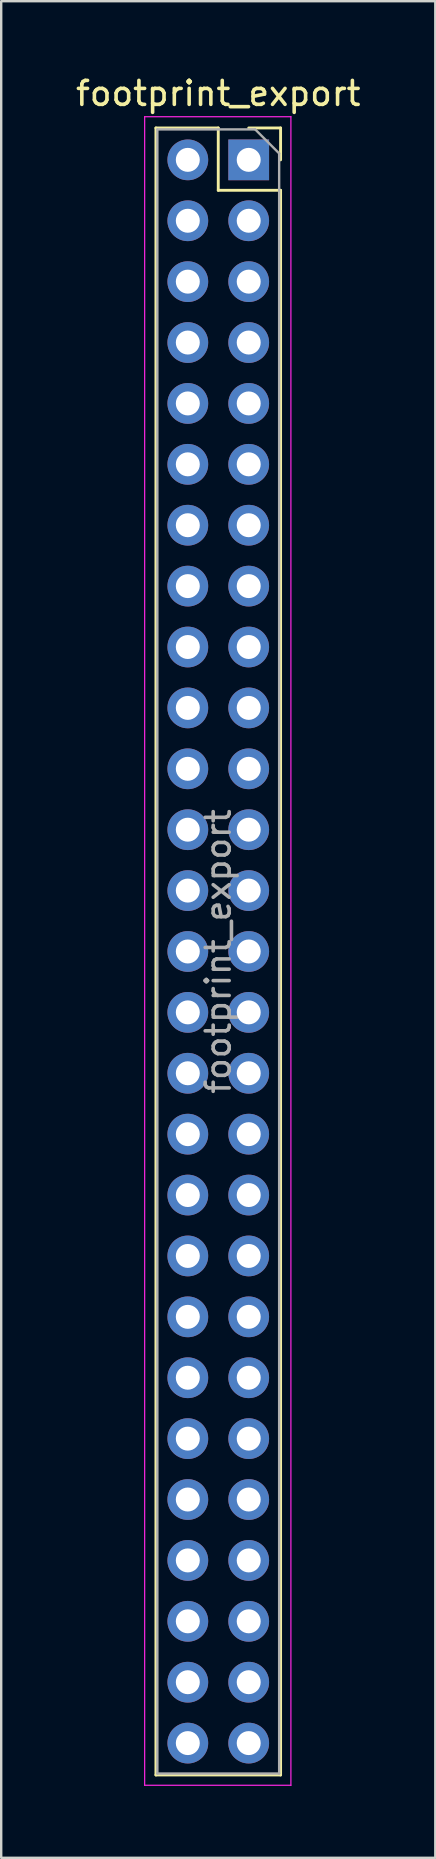
<source format=kicad_pcb>
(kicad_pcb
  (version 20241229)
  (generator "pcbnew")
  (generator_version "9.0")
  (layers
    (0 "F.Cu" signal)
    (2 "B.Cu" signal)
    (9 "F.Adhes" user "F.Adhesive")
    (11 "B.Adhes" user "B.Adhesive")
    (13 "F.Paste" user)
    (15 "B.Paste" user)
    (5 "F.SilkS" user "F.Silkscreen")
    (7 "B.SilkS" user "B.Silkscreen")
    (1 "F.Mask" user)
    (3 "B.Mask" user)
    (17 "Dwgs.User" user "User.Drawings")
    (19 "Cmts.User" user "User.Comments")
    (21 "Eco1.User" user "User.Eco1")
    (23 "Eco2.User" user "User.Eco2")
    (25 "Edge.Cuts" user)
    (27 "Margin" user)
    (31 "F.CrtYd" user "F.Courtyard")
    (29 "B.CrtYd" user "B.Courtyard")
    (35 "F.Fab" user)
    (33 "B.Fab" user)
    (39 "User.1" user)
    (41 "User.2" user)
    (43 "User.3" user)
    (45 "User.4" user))
  (footprint "footprint_export"
    (layer "F.Cu")
    (at 7.324 3.618)
    (property "Reference" "footprint_export" (at -1.27 -2.77 0) (layer "F.SilkS") (effects (font (size 1 1) (thickness 0.15))))
    (attr through_hole)
    (fp_line (start -3.87 -1.33) (end -3.87 67.37) (stroke (width 0.12) (type solid)) (layer "F.SilkS"))
    (fp_line (start -3.87 -1.33) (end -1.27 -1.33) (stroke (width 0.12) (type solid)) (layer "F.SilkS"))
    (fp_line (start -3.87 67.37) (end 1.33 67.37) (stroke (width 0.12) (type solid)) (layer "F.SilkS"))
    (fp_line (start -1.27 -1.33) (end -1.27 1.27) (stroke (width 0.12) (type solid)) (layer "F.SilkS"))
    (fp_line (start -1.27 1.27) (end 1.33 1.27) (stroke (width 0.12) (type solid)) (layer "F.SilkS"))
    (fp_line (start 0 -1.33) (end 1.33 -1.33) (stroke (width 0.12) (type solid)) (layer "F.SilkS"))
    (fp_line (start 1.33 -1.33) (end 1.33 0) (stroke (width 0.12) (type solid)) (layer "F.SilkS"))
    (fp_line (start 1.33 1.27) (end 1.33 67.37) (stroke (width 0.12) (type solid)) (layer "F.SilkS"))
    (fp_line (start -4.34 -1.8) (end 1.76 -1.8) (stroke (width 0.05) (type solid)) (layer "F.CrtYd"))
    (fp_line (start -4.34 67.8) (end -4.34 -1.8) (stroke (width 0.05) (type solid)) (layer "F.CrtYd"))
    (fp_line (start 1.76 -1.8) (end 1.76 67.8) (stroke (width 0.05) (type solid)) (layer "F.CrtYd"))
    (fp_line (start 1.76 67.8) (end -4.34 67.8) (stroke (width 0.05) (type solid)) (layer "F.CrtYd"))
    (fp_line (start -3.81 -1.27) (end 0.27 -1.27) (stroke (width 0.1) (type solid)) (layer "F.Fab"))
    (fp_line (start -3.81 67.31) (end -3.81 -1.27) (stroke (width 0.1) (type solid)) (layer "F.Fab"))
    (fp_line (start 0.27 -1.27) (end 1.27 -0.27) (stroke (width 0.1) (type solid)) (layer "F.Fab"))
    (fp_line (start 1.27 -0.27) (end 1.27 67.31) (stroke (width 0.1) (type solid)) (layer "F.Fab"))
    (fp_line (start 1.27 67.31) (end -3.81 67.31) (stroke (width 0.1) (type solid)) (layer "F.Fab"))
    (fp_text user "${REFERENCE}" (at -1.27 33.02 90) (layer "F.Fab") (effects (font (size 1 1) (thickness 0.15))))
    (pad "1" thru_hole rect (at 0 0) (size 1.7 1.7) (drill 1) (layers "*.Cu" "*.Mask"))
    (pad "2" thru_hole oval (at -2.54 0) (size 1.7 1.7) (drill 1) (layers "*.Cu" "*.Mask"))
    (pad "3" thru_hole oval (at 0 2.54) (size 1.7 1.7) (drill 1) (layers "*.Cu" "*.Mask"))
    (pad "4" thru_hole oval (at -2.54 2.54) (size 1.7 1.7) (drill 1) (layers "*.Cu" "*.Mask"))
    (pad "5" thru_hole oval (at 0 5.08) (size 1.7 1.7) (drill 1) (layers "*.Cu" "*.Mask"))
    (pad "6" thru_hole oval (at -2.54 5.08) (size 1.7 1.7) (drill 1) (layers "*.Cu" "*.Mask"))
    (pad "7" thru_hole oval (at 0 7.62) (size 1.7 1.7) (drill 1) (layers "*.Cu" "*.Mask"))
    (pad "8" thru_hole oval (at -2.54 7.62) (size 1.7 1.7) (drill 1) (layers "*.Cu" "*.Mask"))
    (pad "9" thru_hole oval (at 0 10.16) (size 1.7 1.7) (drill 1) (layers "*.Cu" "*.Mask"))
    (pad "10" thru_hole oval (at -2.54 10.16) (size 1.7 1.7) (drill 1) (layers "*.Cu" "*.Mask"))
    (pad "11" thru_hole oval (at 0 12.7) (size 1.7 1.7) (drill 1) (layers "*.Cu" "*.Mask"))
    (pad "12" thru_hole oval (at -2.54 12.7) (size 1.7 1.7) (drill 1) (layers "*.Cu" "*.Mask"))
    (pad "13" thru_hole oval (at 0 15.24) (size 1.7 1.7) (drill 1) (layers "*.Cu" "*.Mask"))
    (pad "14" thru_hole oval (at -2.54 15.24) (size 1.7 1.7) (drill 1) (layers "*.Cu" "*.Mask"))
    (pad "15" thru_hole oval (at 0 17.78) (size 1.7 1.7) (drill 1) (layers "*.Cu" "*.Mask"))
    (pad "16" thru_hole oval (at -2.54 17.78) (size 1.7 1.7) (drill 1) (layers "*.Cu" "*.Mask"))
    (pad "17" thru_hole oval (at 0 20.32) (size 1.7 1.7) (drill 1) (layers "*.Cu" "*.Mask"))
    (pad "18" thru_hole oval (at -2.54 20.32) (size 1.7 1.7) (drill 1) (layers "*.Cu" "*.Mask"))
    (pad "19" thru_hole oval (at 0 22.86) (size 1.7 1.7) (drill 1) (layers "*.Cu" "*.Mask"))
    (pad "20" thru_hole oval (at -2.54 22.86) (size 1.7 1.7) (drill 1) (layers "*.Cu" "*.Mask"))
    (pad "21" thru_hole oval (at 0 25.4) (size 1.7 1.7) (drill 1) (layers "*.Cu" "*.Mask"))
    (pad "22" thru_hole oval (at -2.54 25.4) (size 1.7 1.7) (drill 1) (layers "*.Cu" "*.Mask"))
    (pad "23" thru_hole oval (at 0 27.94) (size 1.7 1.7) (drill 1) (layers "*.Cu" "*.Mask"))
    (pad "24" thru_hole oval (at -2.54 27.94) (size 1.7 1.7) (drill 1) (layers "*.Cu" "*.Mask"))
    (pad "25" thru_hole oval (at 0 30.48) (size 1.7 1.7) (drill 1) (layers "*.Cu" "*.Mask"))
    (pad "26" thru_hole oval (at -2.54 30.48) (size 1.7 1.7) (drill 1) (layers "*.Cu" "*.Mask"))
    (pad "27" thru_hole oval (at 0 33.02) (size 1.7 1.7) (drill 1) (layers "*.Cu" "*.Mask"))
    (pad "28" thru_hole oval (at -2.54 33.02) (size 1.7 1.7) (drill 1) (layers "*.Cu" "*.Mask"))
    (pad "29" thru_hole oval (at 0 35.56) (size 1.7 1.7) (drill 1) (layers "*.Cu" "*.Mask"))
    (pad "30" thru_hole oval (at -2.54 35.56) (size 1.7 1.7) (drill 1) (layers "*.Cu" "*.Mask"))
    (pad "31" thru_hole oval (at 0 38.1) (size 1.7 1.7) (drill 1) (layers "*.Cu" "*.Mask"))
    (pad "32" thru_hole oval (at -2.54 38.1) (size 1.7 1.7) (drill 1) (layers "*.Cu" "*.Mask"))
    (pad "33" thru_hole oval (at 0 40.64) (size 1.7 1.7) (drill 1) (layers "*.Cu" "*.Mask"))
    (pad "34" thru_hole oval (at -2.54 40.64) (size 1.7 1.7) (drill 1) (layers "*.Cu" "*.Mask"))
    (pad "35" thru_hole oval (at 0 43.18) (size 1.7 1.7) (drill 1) (layers "*.Cu" "*.Mask"))
    (pad "36" thru_hole oval (at -2.54 43.18) (size 1.7 1.7) (drill 1) (layers "*.Cu" "*.Mask"))
    (pad "37" thru_hole oval (at 0 45.72) (size 1.7 1.7) (drill 1) (layers "*.Cu" "*.Mask"))
    (pad "38" thru_hole oval (at -2.54 45.72) (size 1.7 1.7) (drill 1) (layers "*.Cu" "*.Mask"))
    (pad "39" thru_hole oval (at 0 48.26) (size 1.7 1.7) (drill 1) (layers "*.Cu" "*.Mask"))
    (pad "40" thru_hole oval (at -2.54 48.26) (size 1.7 1.7) (drill 1) (layers "*.Cu" "*.Mask"))
    (pad "41" thru_hole oval (at 0 50.8) (size 1.7 1.7) (drill 1) (layers "*.Cu" "*.Mask"))
    (pad "42" thru_hole oval (at -2.54 50.8) (size 1.7 1.7) (drill 1) (layers "*.Cu" "*.Mask"))
    (pad "43" thru_hole oval (at 0 53.34) (size 1.7 1.7) (drill 1) (layers "*.Cu" "*.Mask"))
    (pad "44" thru_hole oval (at -2.54 53.34) (size 1.7 1.7) (drill 1) (layers "*.Cu" "*.Mask"))
    (pad "45" thru_hole oval (at 0 55.88) (size 1.7 1.7) (drill 1) (layers "*.Cu" "*.Mask"))
    (pad "46" thru_hole oval (at -2.54 55.88) (size 1.7 1.7) (drill 1) (layers "*.Cu" "*.Mask"))
    (pad "47" thru_hole oval (at 0 58.42) (size 1.7 1.7) (drill 1) (layers "*.Cu" "*.Mask"))
    (pad "48" thru_hole oval (at -2.54 58.42) (size 1.7 1.7) (drill 1) (layers "*.Cu" "*.Mask"))
    (pad "49" thru_hole oval (at 0 60.96) (size 1.7 1.7) (drill 1) (layers "*.Cu" "*.Mask"))
    (pad "50" thru_hole oval (at -2.54 60.96) (size 1.7 1.7) (drill 1) (layers "*.Cu" "*.Mask"))
    (pad "51" thru_hole oval (at 0 63.5) (size 1.7 1.7) (drill 1) (layers "*.Cu" "*.Mask"))
    (pad "52" thru_hole oval (at -2.54 63.5) (size 1.7 1.7) (drill 1) (layers "*.Cu" "*.Mask"))
    (pad "53" thru_hole oval (at 0 66.04) (size 1.7 1.7) (drill 1) (layers "*.Cu" "*.Mask"))
    (pad "54" thru_hole oval (at -2.54 66.04) (size 1.7 1.7) (drill 1) (layers "*.Cu" "*.Mask")))
  (gr_rect
    (start -3 -3)
    (end 15.107 74.443)
    (stroke (width 0.1) (type default))
    (fill no)
    (layer "Edge.Cuts")))
</source>
